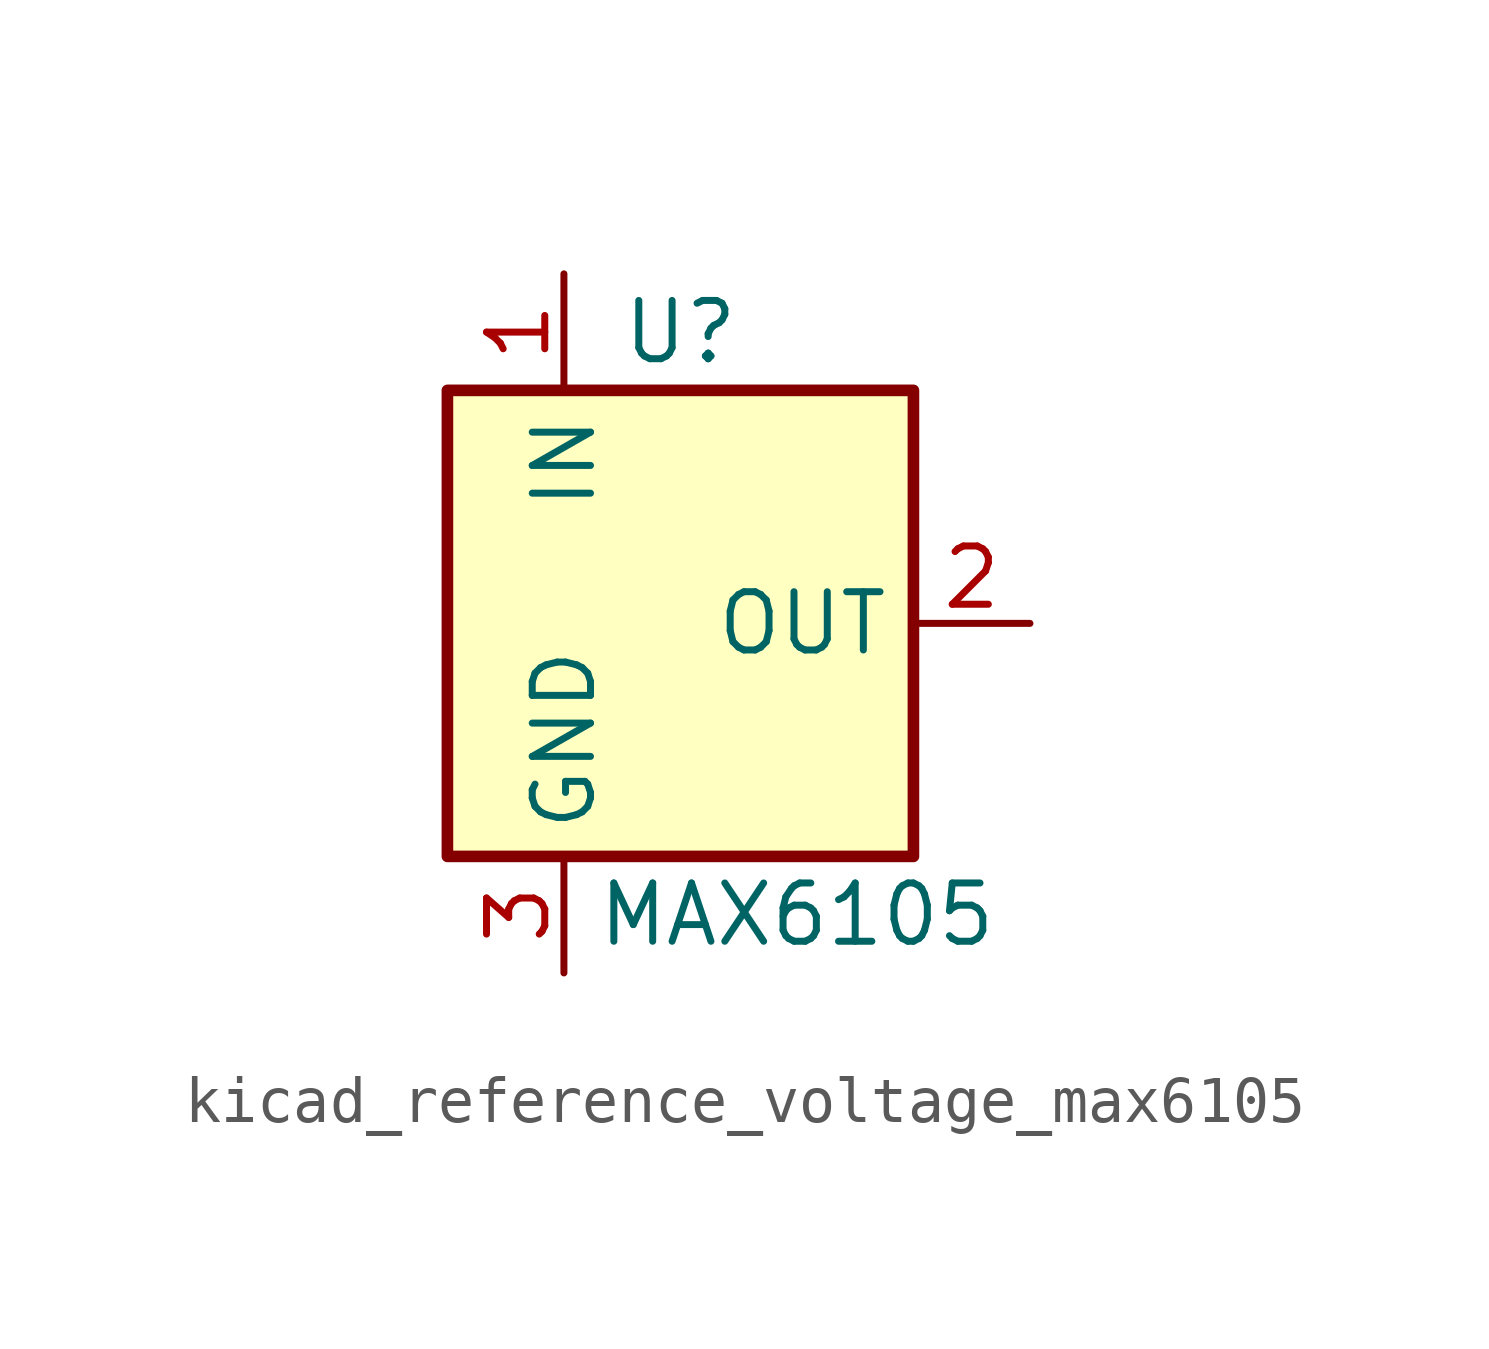
<source format=kicad_sym>
(kicad_symbol_lib
  (version 20220914)
  (generator kicad_symbol_editor)
  (symbol "kicad_reference_voltage_max6105"
    (property "Reference" "U"
      (at 0 6.35 0)
      (effects (font (size 1.27 1.27))))
    (property "Value" "MAX6105"
      (at 2.54 -6.35 0)
      (effects (font (size 1.27 1.27))))
    (symbol "kicad_reference_voltage_max6105_0_1"
      (rectangle (start -5.08 5.08) (end 5.08 -5.08) (stroke (width 0.254) (type default)) (fill (type background))))
    (symbol "kicad_reference_voltage_max6105_1_1"
      (pin power_in line (at -2.54 7.62 270) (length 2.54) (name "IN" (effects (font (size 1.27 1.27)))) (number "1" (effects (font (size 1.27 1.27)))))
      (pin power_out line (at 7.62 0 180) (length 2.54) (name "OUT" (effects (font (size 1.27 1.27)))) (number "2" (effects (font (size 1.27 1.27)))))
      (pin power_in line (at -2.54 -7.62 90) (length 2.54) (name "GND" (effects (font (size 1.27 1.27)))) (number "3" (effects (font (size 1.27 1.27))))))))
</source>
